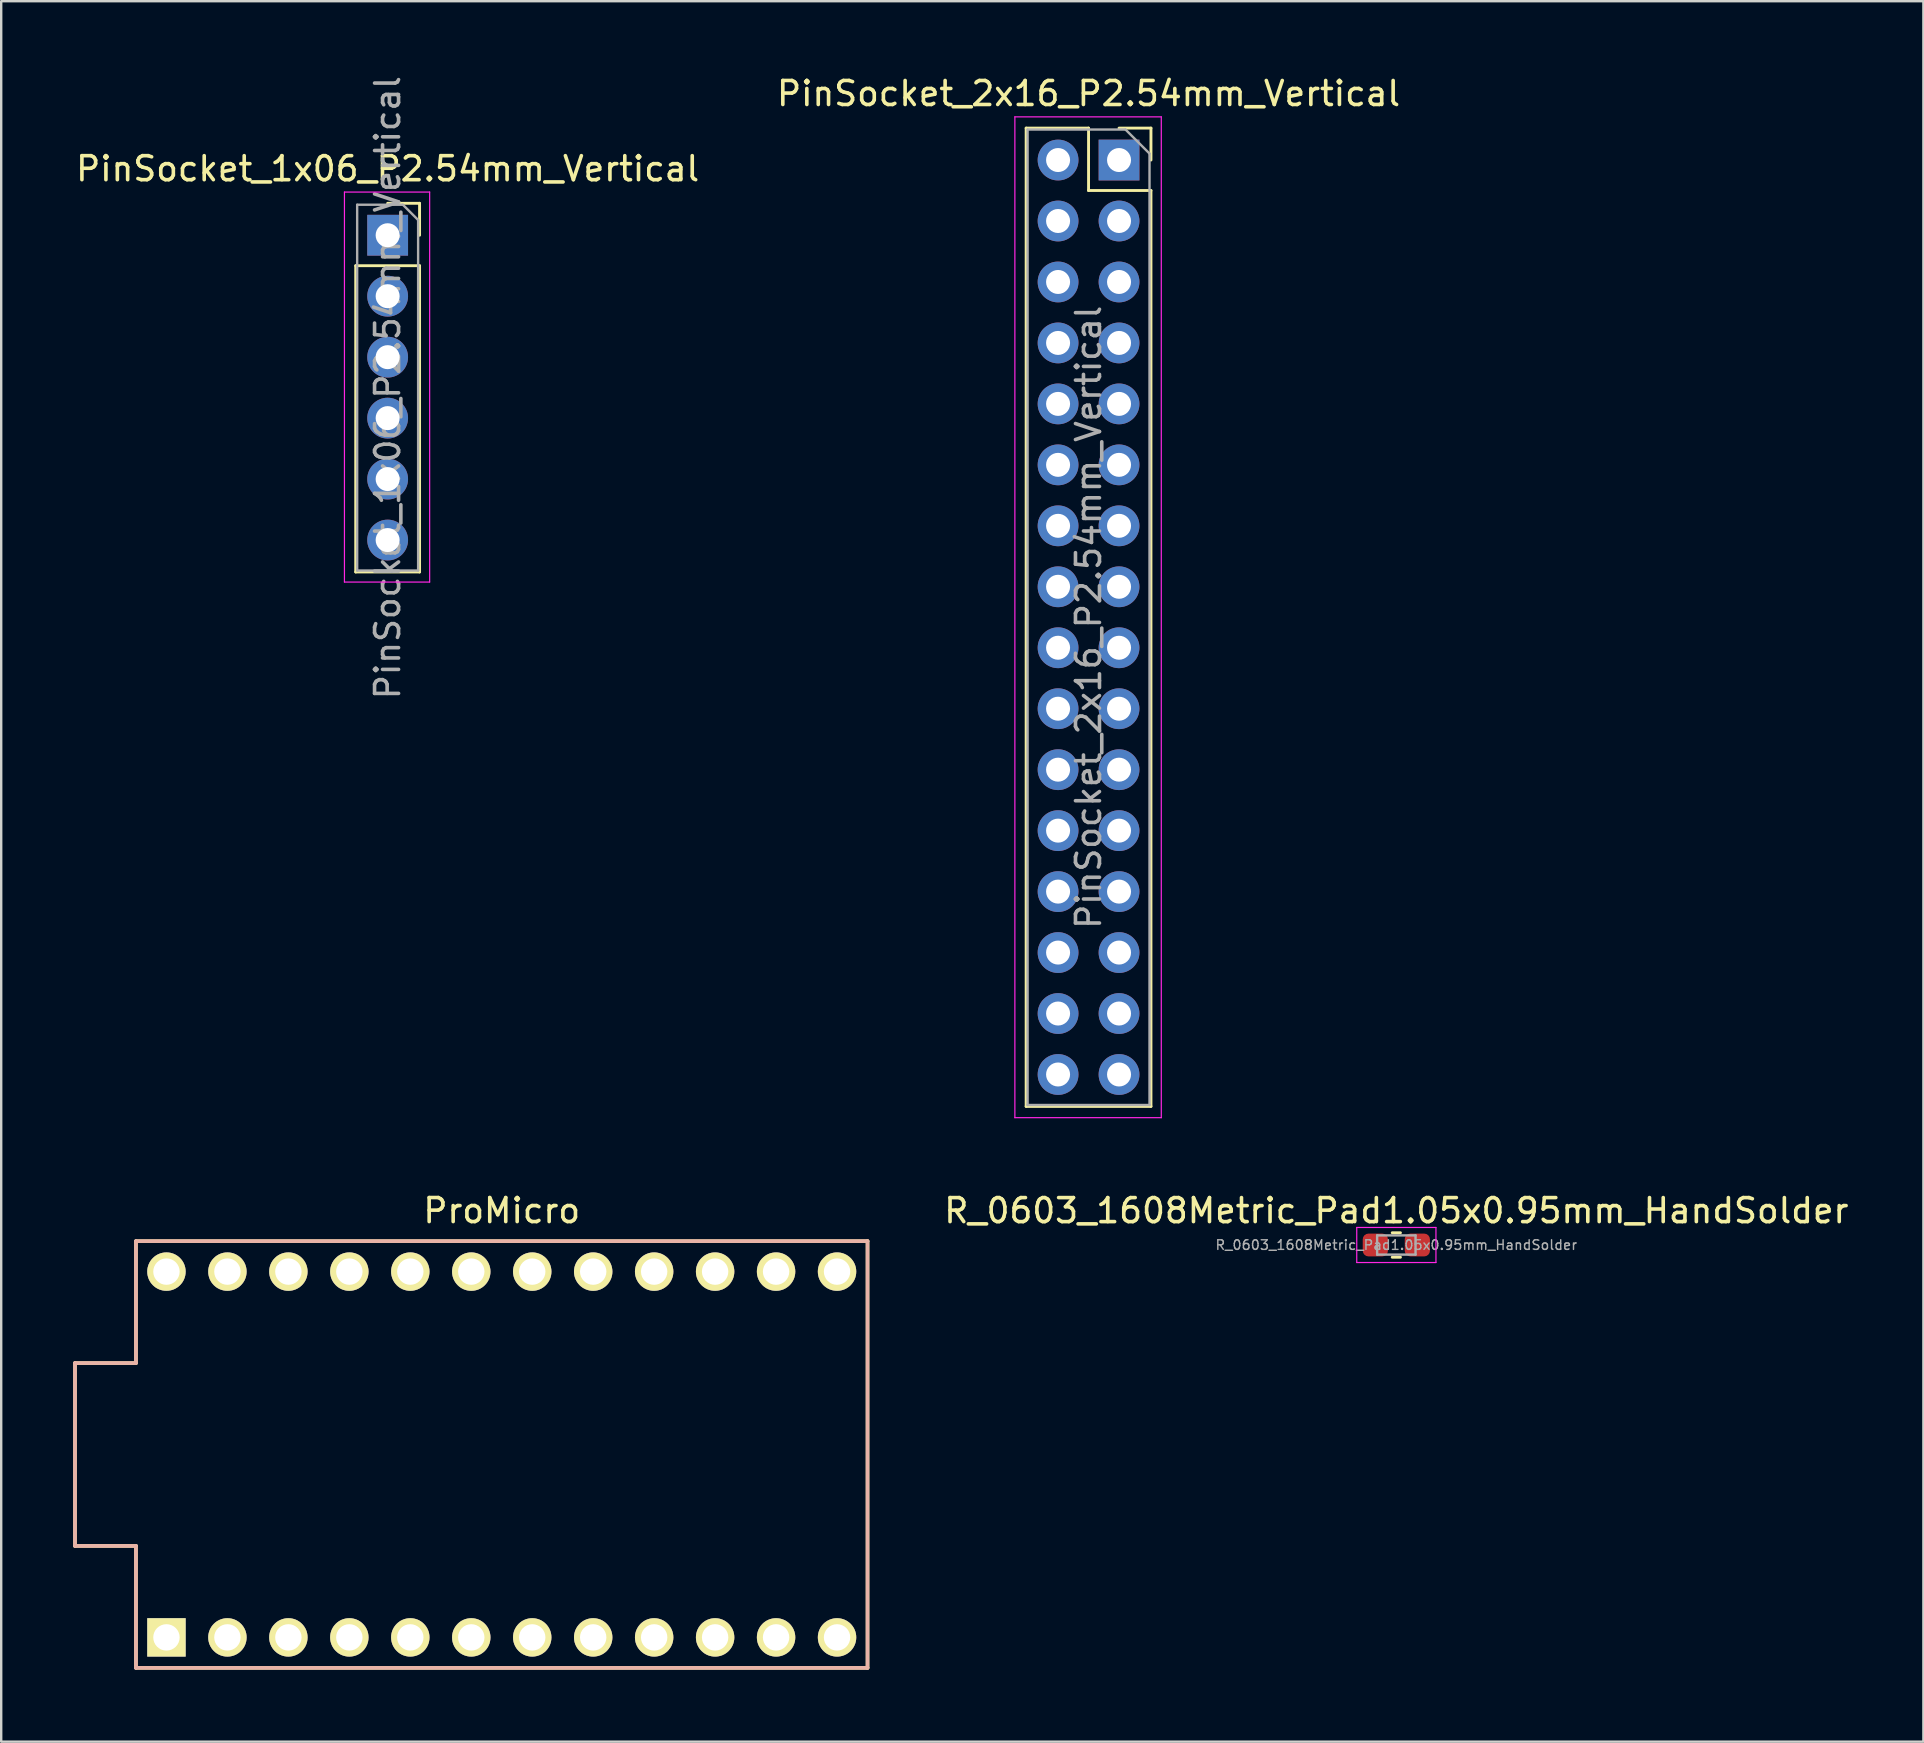
<source format=kicad_pcb>
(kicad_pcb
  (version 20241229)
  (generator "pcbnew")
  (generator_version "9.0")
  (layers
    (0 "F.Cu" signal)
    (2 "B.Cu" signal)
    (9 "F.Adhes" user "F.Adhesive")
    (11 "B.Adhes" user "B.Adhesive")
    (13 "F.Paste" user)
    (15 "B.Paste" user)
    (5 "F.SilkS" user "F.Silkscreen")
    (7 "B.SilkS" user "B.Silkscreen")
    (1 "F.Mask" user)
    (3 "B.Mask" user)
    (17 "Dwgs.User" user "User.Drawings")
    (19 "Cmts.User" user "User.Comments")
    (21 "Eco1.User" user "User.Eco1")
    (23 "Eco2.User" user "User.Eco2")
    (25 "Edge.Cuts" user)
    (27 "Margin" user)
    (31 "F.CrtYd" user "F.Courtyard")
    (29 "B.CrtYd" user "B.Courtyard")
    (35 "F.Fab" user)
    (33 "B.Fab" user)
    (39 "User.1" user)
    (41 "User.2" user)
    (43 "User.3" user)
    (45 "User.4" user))
  (footprint "PinSocket_1x06_P2.54mm_Vertical"
    (layer "F.Cu")
    (at 13.101 6.751)
    (property "Reference" "PinSocket_1x06_P2.54mm_Vertical" (at 0 -2.77 180) (layer "F.SilkS") (effects (font (size 1 1) (thickness 0.15))))
    (attr through_hole)
    (fp_line (start -1.33 1.27) (end -1.33 14.03) (stroke (width 0.12) (type solid)) (layer "F.SilkS"))
    (fp_line (start -1.33 1.27) (end 1.33 1.27) (stroke (width 0.12) (type solid)) (layer "F.SilkS"))
    (fp_line (start -1.33 14.03) (end 1.33 14.03) (stroke (width 0.12) (type solid)) (layer "F.SilkS"))
    (fp_line (start 0 -1.33) (end 1.33 -1.33) (stroke (width 0.12) (type solid)) (layer "F.SilkS"))
    (fp_line (start 1.33 -1.33) (end 1.33 0) (stroke (width 0.12) (type solid)) (layer "F.SilkS"))
    (fp_line (start 1.33 1.27) (end 1.33 14.03) (stroke (width 0.12) (type solid)) (layer "F.SilkS"))
    (fp_line (start -1.8 -1.8) (end 1.75 -1.8) (stroke (width 0.05) (type solid)) (layer "F.CrtYd"))
    (fp_line (start -1.8 14.45) (end -1.8 -1.8) (stroke (width 0.05) (type solid)) (layer "F.CrtYd"))
    (fp_line (start 1.75 -1.8) (end 1.75 14.45) (stroke (width 0.05) (type solid)) (layer "F.CrtYd"))
    (fp_line (start 1.75 14.45) (end -1.8 14.45) (stroke (width 0.05) (type solid)) (layer "F.CrtYd"))
    (fp_line (start -1.27 -1.27) (end 0.635 -1.27) (stroke (width 0.1) (type solid)) (layer "F.Fab"))
    (fp_line (start -1.27 13.97) (end -1.27 -1.27) (stroke (width 0.1) (type solid)) (layer "F.Fab"))
    (fp_line (start 0.635 -1.27) (end 1.27 -0.635) (stroke (width 0.1) (type solid)) (layer "F.Fab"))
    (fp_line (start 1.27 -0.635) (end 1.27 13.97) (stroke (width 0.1) (type solid)) (layer "F.Fab"))
    (fp_line (start 1.27 13.97) (end -1.27 13.97) (stroke (width 0.1) (type solid)) (layer "F.Fab"))
    (fp_text user "${REFERENCE}" (at 0 6.35 90) (layer "F.Fab") (effects (font (size 1 1) (thickness 0.15))))
    (pad "1" thru_hole rect (at 0 0) (size 1.7 1.7) (drill 1) (layers "*.Cu" "*.Mask"))
    (pad "2" thru_hole oval (at 0 2.54) (size 1.7 1.7) (drill 1) (layers "*.Cu" "*.Mask"))
    (pad "3" thru_hole oval (at 0 5.08) (size 1.7 1.7) (drill 1) (layers "*.Cu" "*.Mask"))
    (pad "4" thru_hole oval (at 0 7.62) (size 1.7 1.7) (drill 1) (layers "*.Cu" "*.Mask"))
    (pad "5" thru_hole oval (at 0 10.16) (size 1.7 1.7) (drill 1) (layers "*.Cu" "*.Mask"))
    (pad "6" thru_hole oval (at 0 12.7) (size 1.7 1.7) (drill 1) (layers "*.Cu" "*.Mask")))
  (footprint "ProMicro"
    (layer "F.Cu")
    (at 17.855 57.551)
    (property "Reference" "ProMicro" (at 0 -10.16 0) (layer "F.SilkS") (effects (font (size 1 1) (thickness 0.15))))
    (attr through_hole)
    (fp_line (start -17.78 -3.81) (end -15.24 -3.81) (stroke (width 0.15) (type solid)) (layer "F.SilkS"))
    (fp_line (start -17.78 3.81) (end -17.78 -3.81) (stroke (width 0.15) (type solid)) (layer "F.SilkS"))
    (fp_line (start -15.24 -8.89) (end 15.24 -8.89) (stroke (width 0.15) (type solid)) (layer "F.SilkS"))
    (fp_line (start -15.24 -3.81) (end -15.24 -8.89) (stroke (width 0.15) (type solid)) (layer "F.SilkS"))
    (fp_line (start -15.24 3.81) (end -17.78 3.81) (stroke (width 0.15) (type solid)) (layer "F.SilkS"))
    (fp_line (start -15.24 8.89) (end -15.24 3.81) (stroke (width 0.15) (type solid)) (layer "F.SilkS"))
    (fp_line (start -15.24 8.89) (end 15.24 8.89) (stroke (width 0.15) (type solid)) (layer "F.SilkS"))
    (fp_line (start 15.24 -8.89) (end 15.24 8.89) (stroke (width 0.15) (type solid)) (layer "F.SilkS"))
    (fp_line (start -17.78 -3.81) (end -15.24 -3.81) (stroke (width 0.15) (type solid)) (layer "B.SilkS"))
    (fp_line (start -17.78 3.81) (end -17.78 -3.81) (stroke (width 0.15) (type solid)) (layer "B.SilkS"))
    (fp_line (start -15.24 -8.89) (end 15.24 -8.89) (stroke (width 0.15) (type solid)) (layer "B.SilkS"))
    (fp_line (start -15.24 -3.81) (end -15.24 -8.89) (stroke (width 0.15) (type solid)) (layer "B.SilkS"))
    (fp_line (start -15.24 3.81) (end -17.78 3.81) (stroke (width 0.15) (type solid)) (layer "B.SilkS"))
    (fp_line (start -15.24 8.89) (end -15.24 3.81) (stroke (width 0.15) (type solid)) (layer "B.SilkS"))
    (fp_line (start 15.24 -8.89) (end 15.24 8.89) (stroke (width 0.15) (type solid)) (layer "B.SilkS"))
    (fp_line (start 15.24 8.89) (end -15.24 8.89) (stroke (width 0.15) (type solid)) (layer "B.SilkS"))
    (pad "1" thru_hole rect (at -13.97 7.62) (size 1.6 1.6) (drill 1.1) (layers "*.Cu" "*.Mask" "F.SilkS"))
    (pad "2" thru_hole circle (at -11.43 7.62) (size 1.6 1.6) (drill 1.1) (layers "*.Cu" "*.Mask" "F.SilkS"))
    (pad "3" thru_hole circle (at -8.89 7.62) (size 1.6 1.6) (drill 1.1) (layers "*.Cu" "*.Mask" "F.SilkS"))
    (pad "4" thru_hole circle (at -6.35 7.62) (size 1.6 1.6) (drill 1.1) (layers "*.Cu" "*.Mask" "F.SilkS"))
    (pad "5" thru_hole circle (at -3.81 7.62) (size 1.6 1.6) (drill 1.1) (layers "*.Cu" "*.Mask" "F.SilkS"))
    (pad "6" thru_hole circle (at -1.27 7.62) (size 1.6 1.6) (drill 1.1) (layers "*.Cu" "*.Mask" "F.SilkS"))
    (pad "7" thru_hole circle (at 1.27 7.62) (size 1.6 1.6) (drill 1.1) (layers "*.Cu" "*.Mask" "F.SilkS"))
    (pad "8" thru_hole circle (at 3.81 7.62) (size 1.6 1.6) (drill 1.1) (layers "*.Cu" "*.Mask" "F.SilkS"))
    (pad "9" thru_hole circle (at 6.35 7.62) (size 1.6 1.6) (drill 1.1) (layers "*.Cu" "*.Mask" "F.SilkS"))
    (pad "10" thru_hole circle (at 8.89 7.62) (size 1.6 1.6) (drill 1.1) (layers "*.Cu" "*.Mask" "F.SilkS"))
    (pad "11" thru_hole circle (at 11.43 7.62) (size 1.6 1.6) (drill 1.1) (layers "*.Cu" "*.Mask" "F.SilkS"))
    (pad "12" thru_hole circle (at 13.97 7.62) (size 1.6 1.6) (drill 1.1) (layers "*.Cu" "*.Mask" "F.SilkS"))
    (pad "13" thru_hole circle (at 13.97 -7.62) (size 1.6 1.6) (drill 1.1) (layers "*.Cu" "*.Mask" "F.SilkS"))
    (pad "14" thru_hole circle (at 11.43 -7.62) (size 1.6 1.6) (drill 1.1) (layers "*.Cu" "*.Mask" "F.SilkS"))
    (pad "15" thru_hole circle (at 8.89 -7.62) (size 1.6 1.6) (drill 1.1) (layers "*.Cu" "*.Mask" "F.SilkS"))
    (pad "16" thru_hole circle (at 6.35 -7.62) (size 1.6 1.6) (drill 1.1) (layers "*.Cu" "*.Mask" "F.SilkS"))
    (pad "17" thru_hole circle (at 3.81 -7.62) (size 1.6 1.6) (drill 1.1) (layers "*.Cu" "*.Mask" "F.SilkS"))
    (pad "18" thru_hole circle (at 1.27 -7.62) (size 1.6 1.6) (drill 1.1) (layers "*.Cu" "*.Mask" "F.SilkS"))
    (pad "19" thru_hole circle (at -1.27 -7.62) (size 1.6 1.6) (drill 1.1) (layers "*.Cu" "*.Mask" "F.SilkS"))
    (pad "20" thru_hole circle (at -3.81 -7.62) (size 1.6 1.6) (drill 1.1) (layers "*.Cu" "*.Mask" "F.SilkS"))
    (pad "21" thru_hole circle (at -6.35 -7.62) (size 1.6 1.6) (drill 1.1) (layers "*.Cu" "*.Mask" "F.SilkS"))
    (pad "22" thru_hole circle (at -8.89 -7.62) (size 1.6 1.6) (drill 1.1) (layers "*.Cu" "*.Mask" "F.SilkS"))
    (pad "23" thru_hole circle (at -11.43 -7.62) (size 1.6 1.6) (drill 1.1) (layers "*.Cu" "*.Mask" "F.SilkS"))
    (pad "24" thru_hole circle (at -13.97 -7.62) (size 1.6 1.6) (drill 1.1) (layers "*.Cu" "*.Mask" "F.SilkS")))
  (footprint "PinSocket_2x16_P2.54mm_Vertical"
    (layer "F.Cu")
    (at 43.574 3.618)
    (property "Reference" "PinSocket_2x16_P2.54mm_Vertical" (at -1.27 -2.77 0) (layer "F.SilkS") (effects (font (size 1 1) (thickness 0.15))))
    (attr through_hole)
    (fp_line (start -3.87 -1.33) (end -3.87 39.43) (stroke (width 0.12) (type solid)) (layer "F.SilkS"))
    (fp_line (start -3.87 -1.33) (end -1.27 -1.33) (stroke (width 0.12) (type solid)) (layer "F.SilkS"))
    (fp_line (start -3.87 39.43) (end 1.33 39.43) (stroke (width 0.12) (type solid)) (layer "F.SilkS"))
    (fp_line (start -1.27 -1.33) (end -1.27 1.27) (stroke (width 0.12) (type solid)) (layer "F.SilkS"))
    (fp_line (start -1.27 1.27) (end 1.33 1.27) (stroke (width 0.12) (type solid)) (layer "F.SilkS"))
    (fp_line (start 0 -1.33) (end 1.33 -1.33) (stroke (width 0.12) (type solid)) (layer "F.SilkS"))
    (fp_line (start 1.33 -1.33) (end 1.33 0) (stroke (width 0.12) (type solid)) (layer "F.SilkS"))
    (fp_line (start 1.33 1.27) (end 1.33 39.43) (stroke (width 0.12) (type solid)) (layer "F.SilkS"))
    (fp_line (start -4.34 -1.8) (end 1.76 -1.8) (stroke (width 0.05) (type solid)) (layer "F.CrtYd"))
    (fp_line (start -4.34 39.9) (end -4.34 -1.8) (stroke (width 0.05) (type solid)) (layer "F.CrtYd"))
    (fp_line (start 1.76 -1.8) (end 1.76 39.9) (stroke (width 0.05) (type solid)) (layer "F.CrtYd"))
    (fp_line (start 1.76 39.9) (end -4.34 39.9) (stroke (width 0.05) (type solid)) (layer "F.CrtYd"))
    (fp_line (start -3.81 -1.27) (end 0.27 -1.27) (stroke (width 0.1) (type solid)) (layer "F.Fab"))
    (fp_line (start -3.81 39.37) (end -3.81 -1.27) (stroke (width 0.1) (type solid)) (layer "F.Fab"))
    (fp_line (start 0.27 -1.27) (end 1.27 -0.27) (stroke (width 0.1) (type solid)) (layer "F.Fab"))
    (fp_line (start 1.27 -0.27) (end 1.27 39.37) (stroke (width 0.1) (type solid)) (layer "F.Fab"))
    (fp_line (start 1.27 39.37) (end -3.81 39.37) (stroke (width 0.1) (type solid)) (layer "F.Fab"))
    (fp_text user "${REFERENCE}" (at -1.27 19.05 90) (layer "F.Fab") (effects (font (size 1 1) (thickness 0.15))))
    (pad "1" thru_hole rect (at 0 0) (size 1.7 1.7) (drill 1) (layers "*.Cu" "*.Mask"))
    (pad "2" thru_hole oval (at -2.54 0) (size 1.7 1.7) (drill 1) (layers "*.Cu" "*.Mask"))
    (pad "3" thru_hole oval (at 0 2.54) (size 1.7 1.7) (drill 1) (layers "*.Cu" "*.Mask"))
    (pad "4" thru_hole oval (at -2.54 2.54) (size 1.7 1.7) (drill 1) (layers "*.Cu" "*.Mask"))
    (pad "5" thru_hole oval (at 0 5.08) (size 1.7 1.7) (drill 1) (layers "*.Cu" "*.Mask"))
    (pad "6" thru_hole oval (at -2.54 5.08) (size 1.7 1.7) (drill 1) (layers "*.Cu" "*.Mask"))
    (pad "7" thru_hole oval (at 0 7.62) (size 1.7 1.7) (drill 1) (layers "*.Cu" "*.Mask"))
    (pad "8" thru_hole oval (at -2.54 7.62) (size 1.7 1.7) (drill 1) (layers "*.Cu" "*.Mask"))
    (pad "9" thru_hole oval (at 0 10.16) (size 1.7 1.7) (drill 1) (layers "*.Cu" "*.Mask"))
    (pad "10" thru_hole oval (at -2.54 10.16) (size 1.7 1.7) (drill 1) (layers "*.Cu" "*.Mask"))
    (pad "11" thru_hole oval (at 0 12.7) (size 1.7 1.7) (drill 1) (layers "*.Cu" "*.Mask"))
    (pad "12" thru_hole oval (at -2.54 12.7) (size 1.7 1.7) (drill 1) (layers "*.Cu" "*.Mask"))
    (pad "13" thru_hole oval (at 0 15.24) (size 1.7 1.7) (drill 1) (layers "*.Cu" "*.Mask"))
    (pad "14" thru_hole oval (at -2.54 15.24) (size 1.7 1.7) (drill 1) (layers "*.Cu" "*.Mask"))
    (pad "15" thru_hole oval (at 0 17.78) (size 1.7 1.7) (drill 1) (layers "*.Cu" "*.Mask"))
    (pad "16" thru_hole oval (at -2.54 17.78) (size 1.7 1.7) (drill 1) (layers "*.Cu" "*.Mask"))
    (pad "17" thru_hole oval (at 0 20.32) (size 1.7 1.7) (drill 1) (layers "*.Cu" "*.Mask"))
    (pad "18" thru_hole oval (at -2.54 20.32) (size 1.7 1.7) (drill 1) (layers "*.Cu" "*.Mask"))
    (pad "19" thru_hole oval (at 0 22.86) (size 1.7 1.7) (drill 1) (layers "*.Cu" "*.Mask"))
    (pad "20" thru_hole oval (at -2.54 22.86) (size 1.7 1.7) (drill 1) (layers "*.Cu" "*.Mask"))
    (pad "21" thru_hole oval (at 0 25.4) (size 1.7 1.7) (drill 1) (layers "*.Cu" "*.Mask"))
    (pad "22" thru_hole oval (at -2.54 25.4) (size 1.7 1.7) (drill 1) (layers "*.Cu" "*.Mask"))
    (pad "23" thru_hole oval (at 0 27.94) (size 1.7 1.7) (drill 1) (layers "*.Cu" "*.Mask"))
    (pad "24" thru_hole oval (at -2.54 27.94) (size 1.7 1.7) (drill 1) (layers "*.Cu" "*.Mask"))
    (pad "25" thru_hole oval (at 0 30.48) (size 1.7 1.7) (drill 1) (layers "*.Cu" "*.Mask"))
    (pad "26" thru_hole oval (at -2.54 30.48) (size 1.7 1.7) (drill 1) (layers "*.Cu" "*.Mask"))
    (pad "27" thru_hole oval (at 0 33.02) (size 1.7 1.7) (drill 1) (layers "*.Cu" "*.Mask"))
    (pad "28" thru_hole oval (at -2.54 33.02) (size 1.7 1.7) (drill 1) (layers "*.Cu" "*.Mask"))
    (pad "29" thru_hole oval (at 0 35.56) (size 1.7 1.7) (drill 1) (layers "*.Cu" "*.Mask"))
    (pad "30" thru_hole oval (at -2.54 35.56) (size 1.7 1.7) (drill 1) (layers "*.Cu" "*.Mask"))
    (pad "31" thru_hole oval (at 0 38.1) (size 1.7 1.7) (drill 1) (layers "*.Cu" "*.Mask"))
    (pad "32" thru_hole oval (at -2.54 38.1) (size 1.7 1.7) (drill 1) (layers "*.Cu" "*.Mask")))
  (footprint "R_0603_1608Metric_Pad1.05x0.95mm_HandSolder"
    (layer "F.Cu")
    (at 55.128 48.822)
    (property "Reference" "R_0603_1608Metric_Pad1.05x0.95mm_HandSolder" (at 0 -1.43 0) (layer "F.SilkS") (effects (font (size 1 1) (thickness 0.15))))
    (attr smd)
    (fp_line (start -0.171 -0.51) (end 0.171 -0.51) (stroke (width 0.12) (type solid)) (layer "F.SilkS"))
    (fp_line (start -0.171 0.51) (end 0.171 0.51) (stroke (width 0.12) (type solid)) (layer "F.SilkS"))
    (fp_line (start -1.65 -0.73) (end 1.65 -0.73) (stroke (width 0.05) (type solid)) (layer "F.CrtYd"))
    (fp_line (start -1.65 0.73) (end -1.65 -0.73) (stroke (width 0.05) (type solid)) (layer "F.CrtYd"))
    (fp_line (start 1.65 -0.73) (end 1.65 0.73) (stroke (width 0.05) (type solid)) (layer "F.CrtYd"))
    (fp_line (start 1.65 0.73) (end -1.65 0.73) (stroke (width 0.05) (type solid)) (layer "F.CrtYd"))
    (fp_line (start -0.8 -0.4) (end 0.8 -0.4) (stroke (width 0.1) (type solid)) (layer "F.Fab"))
    (fp_line (start -0.8 0.4) (end -0.8 -0.4) (stroke (width 0.1) (type solid)) (layer "F.Fab"))
    (fp_line (start 0.8 -0.4) (end 0.8 0.4) (stroke (width 0.1) (type solid)) (layer "F.Fab"))
    (fp_line (start 0.8 0.4) (end -0.8 0.4) (stroke (width 0.1) (type solid)) (layer "F.Fab"))
    (fp_text user "${REFERENCE}" (at 0 0 0) (layer "F.Fab") (effects (font (size 0.4 0.4) (thickness 0.06))))
    (pad "1" smd roundrect (at -0.875 0) (size 1.05 0.95) (layers "F.Cu" "F.Mask" "F.Paste") (roundrect_rratio 0.25))
    (pad "2" smd roundrect (at 0.875 0) (size 1.05 0.95) (layers "F.Cu" "F.Mask" "F.Paste") (roundrect_rratio 0.25)))
  (gr_rect
    (start -3 -3)
    (end 77.087 69.516)
    (stroke (width 0.1) (type default))
    (fill no)
    (layer "Edge.Cuts")))
</source>
